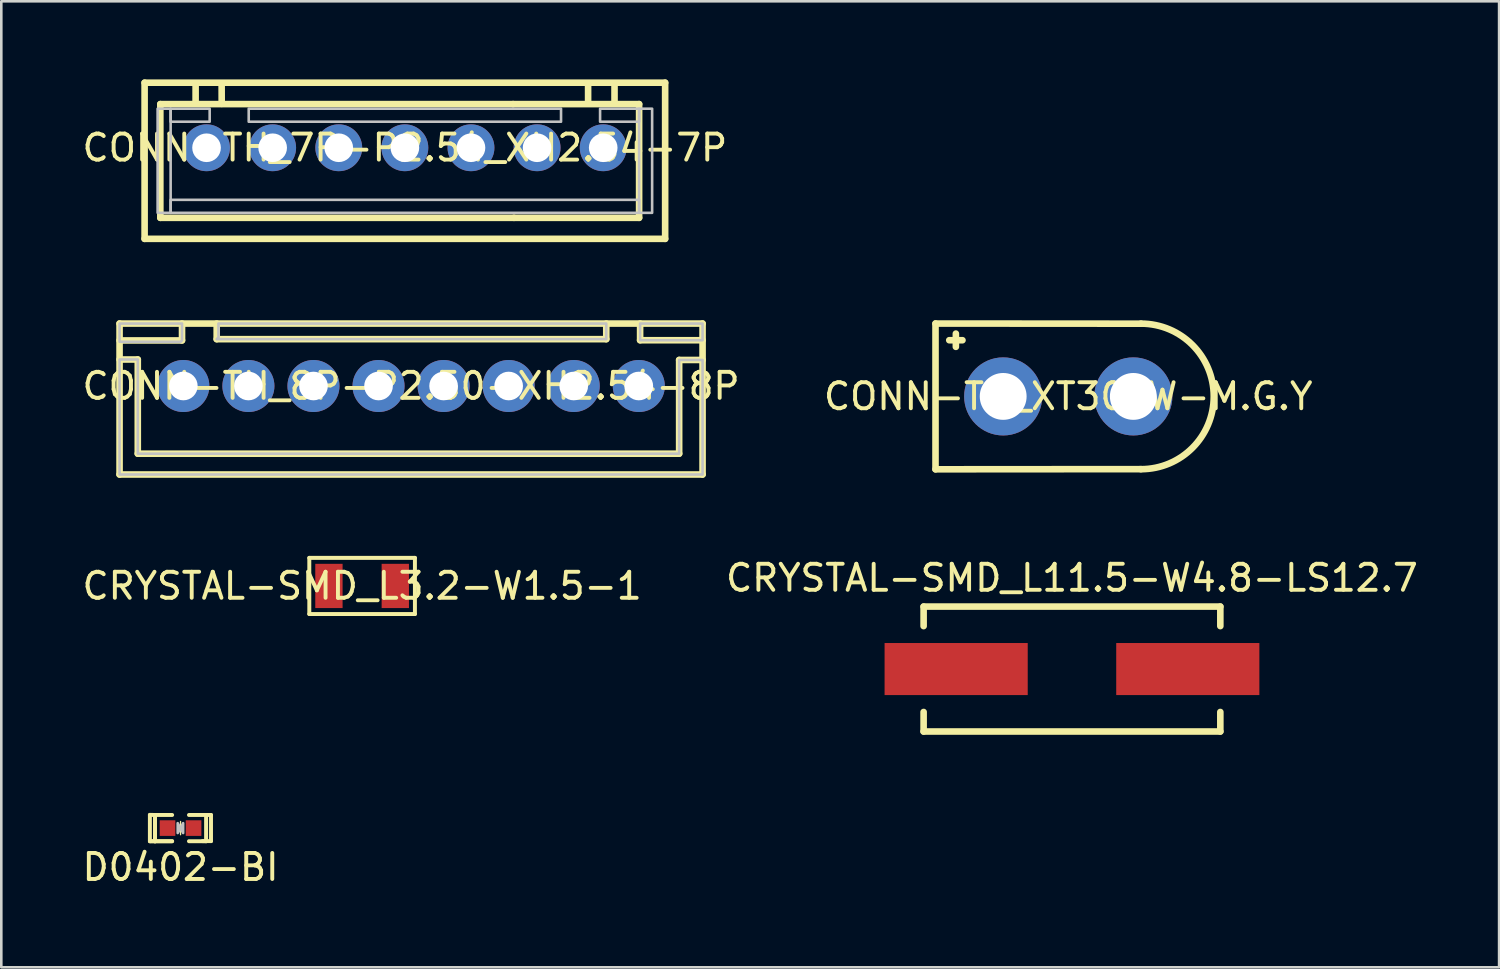
<source format=kicad_pcb>
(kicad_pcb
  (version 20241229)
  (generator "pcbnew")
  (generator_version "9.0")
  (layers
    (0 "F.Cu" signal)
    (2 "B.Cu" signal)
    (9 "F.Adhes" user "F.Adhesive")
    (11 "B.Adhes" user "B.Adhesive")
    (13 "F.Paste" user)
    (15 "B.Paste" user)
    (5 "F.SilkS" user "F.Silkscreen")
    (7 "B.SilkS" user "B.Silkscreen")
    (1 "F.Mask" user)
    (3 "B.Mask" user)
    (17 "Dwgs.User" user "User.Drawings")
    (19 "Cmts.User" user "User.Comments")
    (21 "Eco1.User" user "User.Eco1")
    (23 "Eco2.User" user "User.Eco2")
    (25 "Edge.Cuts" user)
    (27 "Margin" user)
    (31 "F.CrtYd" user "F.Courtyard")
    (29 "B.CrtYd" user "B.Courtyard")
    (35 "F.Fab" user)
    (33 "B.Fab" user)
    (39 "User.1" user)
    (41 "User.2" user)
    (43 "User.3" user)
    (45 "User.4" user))
  (footprint "CRYSTAL-SMD_L11.5-W4.8-LS12.7"
    (layer "F.Cu")
    (at 38.137 22.656)
    (property "Reference" "CRYSTAL-SMD_L11.5-W4.8-LS12.7" (at 0 -3.5 0) (layer "F.SilkS") (effects (font (size 1 1) (thickness 0.15))))
    (fp_line (start -5.7 -2.4) (end -5.7 -1.65) (stroke (width 0.254) (type default)) (layer "F.SilkS"))
    (fp_line (start -5.7 2.4) (end -5.7 1.65) (stroke (width 0.254) (type default)) (layer "F.SilkS"))
    (fp_line (start 5.7 -2.4) (end -5.7 -2.4) (stroke (width 0.254) (type default)) (layer "F.SilkS"))
    (fp_line (start 5.7 -1.65) (end 5.7 -2.4) (stroke (width 0.254) (type default)) (layer "F.SilkS"))
    (fp_line (start 5.7 1.65) (end 5.7 2.4) (stroke (width 0.254) (type default)) (layer "F.SilkS"))
    (fp_line (start 5.7 2.4) (end -5.7 2.4) (stroke (width 0.254) (type default)) (layer "F.SilkS"))
    (fp_poly (pts (xy -6.35 -0.4) (xy -1.85 -0.4) (xy -1.85 0.4) (xy -6.35 0.4)) (stroke (width 0.1) (type default)) (fill no) (layer "User.1"))
    (fp_poly (pts (xy 6.35 0.4) (xy 1.85 0.4) (xy 1.85 -0.4) (xy 6.35 -0.4)) (stroke (width 0.1) (type default)) (fill no) (layer "User.1"))
    (fp_line (start -5.75 -2.4) (end 5.75 -2.4) (stroke (width 0.051) (type default)) (layer "User.2"))
    (fp_line (start -5.75 2.4) (end -5.75 -2.4) (stroke (width 0.051) (type default)) (layer "User.2"))
    (fp_line (start 5.75 -2.4) (end 5.75 2.4) (stroke (width 0.051) (type default)) (layer "User.2"))
    (fp_line (start 5.75 2.4) (end -5.75 2.4) (stroke (width 0.051) (type default)) (layer "User.2"))
    (fp_poly (pts (xy -6.29 2.4) (xy -6.308 2.358) (xy -6.35 2.34) (xy -6.392 2.358) (xy -6.41 2.4) (xy -6.392 2.442) (xy -6.35 2.46) (xy -6.308 2.442)) (stroke (width 0.1) (type default)) (fill no) (layer "User.3"))
    (pad "1" smd rect (at -4.45 0) (size 5.5 2) (layers "F.Cu" "F.Mask" "F.Paste"))
    (pad "2" smd rect (at 4.45 0) (size 5.5 2) (layers "F.Cu" "F.Mask" "F.Paste")))
  (footprint "D0402-BI"
    (layer "F.Cu")
    (at 3.887 28.767)
    (property "Reference" "D0402-BI" (at 0 1.5 0) (layer "F.SilkS") (effects (font (size 1 1) (thickness 0.15))))
    (fp_line (start -1.178 -0.508) (end -0.982 -0.504) (stroke (width 0.152) (type default)) (layer "F.SilkS"))
    (fp_line (start -1.178 0.504) (end -1.178 -0.508) (stroke (width 0.152) (type default)) (layer "F.SilkS"))
    (fp_line (start -0.982 -0.504) (end -0.982 0.504) (stroke (width 0.152) (type default)) (layer "F.SilkS"))
    (fp_line (start -0.982 -0.504) (end -0.982 0.504) (stroke (width 0.152) (type default)) (layer "F.SilkS"))
    (fp_line (start -0.982 0.504) (end -1.17 0.504) (stroke (width 0.152) (type default)) (layer "F.SilkS"))
    (fp_line (start -0.982 0.504) (end -0.324 0.504) (stroke (width 0.152) (type default)) (layer "F.SilkS"))
    (fp_line (start -0.982 0.504) (end -0.324 0.504) (stroke (width 0.152) (type default)) (layer "F.SilkS"))
    (fp_line (start -0.975 0.504) (end -1.178 0.504) (stroke (width 0.152) (type default)) (layer "F.SilkS"))
    (fp_line (start -0.324 -0.504) (end -0.982 -0.504) (stroke (width 0.152) (type default)) (layer "F.SilkS"))
    (fp_line (start 0 -0.254) (end 0 0.254) (stroke (width 0.051) (type default)) (layer "F.SilkS"))
    (fp_line (start 0.324 0.504) (end 0.982 0.504) (stroke (width 0.152) (type default)) (layer "F.SilkS"))
    (fp_line (start 0.982 -0.504) (end 0.324 -0.504) (stroke (width 0.152) (type default)) (layer "F.SilkS"))
    (fp_line (start 0.982 -0.504) (end 1.17 -0.504) (stroke (width 0.152) (type default)) (layer "F.SilkS"))
    (fp_line (start 0.982 0.504) (end 0.982 -0.504) (stroke (width 0.152) (type default)) (layer "F.SilkS"))
    (fp_line (start 1.17 -0.504) (end 1.17 0.5) (stroke (width 0.152) (type default)) (layer "F.SilkS"))
    (fp_line (start 1.17 0.5) (end 0.847 0.5) (stroke (width 0.152) (type default)) (layer "F.SilkS"))
    (fp_poly (pts (xy 0 0) (xy 0.1 -0.19) (xy 0.1 0.19)) (stroke (width 0) (type default)) (fill yes) (layer "F.SilkS"))
    (fp_poly (pts (xy 0 0.01) (xy -0.11 0.19) (xy -0.11 0.01) (xy -0.11 -0.19)) (stroke (width 0) (type default)) (fill yes) (layer "F.SilkS"))
    (fp_poly (pts (xy -0.18 -0.225) (xy -0.18 0.226) (xy -0.25 0.276) (xy -0.73 0.276) (xy -0.78 0.226) (xy -0.78 -0.225) (xy -0.73 -0.275) (xy -0.25 -0.275)) (stroke (width 0) (type default)) (fill yes) (layer "F.Paste"))
    (fp_poly (pts (xy 0.78 -0.225) (xy 0.78 0.226) (xy 0.73 0.276) (xy 0.25 0.276) (xy 0.18 0.226) (xy 0.18 -0.225) (xy 0.25 -0.275) (xy 0.73 -0.275)) (stroke (width 0) (type default)) (fill yes) (layer "F.Paste"))
    (fp_poly (pts (xy 0 0) (xy 0.1 -0.19) (xy 0.1 0.19)) (stroke (width 0.1) (type default)) (fill no) (layer "Dwgs.User"))
    (fp_poly (pts (xy 0 0.01) (xy -0.11 0.19) (xy -0.11 0.01) (xy -0.11 -0.19)) (stroke (width 0.1) (type default)) (fill no) (layer "Dwgs.User"))
    (fp_poly (pts (xy -0.25 0.25) (xy -0.5 0.25) (xy -0.5 -0.25) (xy -0.25 -0.25)) (stroke (width 0.1) (type default)) (fill no) (layer "User.1"))
    (fp_poly (pts (xy 0.25 -0.25) (xy 0.5 -0.25) (xy 0.5 0.25) (xy 0.25 0.25)) (stroke (width 0.1) (type default)) (fill no) (layer "User.1"))
    (fp_line (start -0.5 -0.25) (end 0.5 -0.25) (stroke (width 0.051) (type default)) (layer "User.2"))
    (fp_line (start -0.5 0.25) (end -0.5 -0.25) (stroke (width 0.051) (type default)) (layer "User.2"))
    (fp_line (start 0.5 -0.25) (end 0.5 0.25) (stroke (width 0.051) (type default)) (layer "User.2"))
    (fp_line (start 0.5 0.25) (end -0.5 0.25) (stroke (width 0.051) (type default)) (layer "User.2"))
    (fp_poly (pts (xy -0.44 0.25) (xy -0.458 0.208) (xy -0.5 0.19) (xy -0.542 0.208) (xy -0.56 0.25) (xy -0.542 0.292) (xy -0.5 0.31) (xy -0.458 0.292)) (stroke (width 0.1) (type default)) (fill no) (layer "User.3"))
    (pad "1" smd rect (at -0.5 0) (size 0.6 0.6) (layers "F.Cu" "F.Mask" "F.Paste"))
    (pad "2" smd rect (at 0.5 0) (size 0.6 0.6) (layers "F.Cu" "F.Mask" "F.Paste")))
  (footprint "CONN-TH_8P-P2.50-XH2.54-8P"
    (layer "F.Cu")
    (at 12.744 11.781)
    (property "Reference" "CONN-TH_8P-P2.50-XH2.54-8P" (at 0 0 0) (layer "F.SilkS") (effects (font (size 1 1) (thickness 0.15))))
    (fp_line (start -11.2 -2.4) (end 11.2 -2.4) (stroke (width 0.254) (type default)) (layer "F.SilkS"))
    (fp_line (start -11.2 -1.752) (end -8.8 -1.752) (stroke (width 0.254) (type default)) (layer "F.SilkS"))
    (fp_line (start -11.2 -1.018) (end -10.5 -1.018) (stroke (width 0.254) (type default)) (layer "F.SilkS"))
    (fp_line (start -11.2 3.4) (end -11.2 -2.4) (stroke (width 0.254) (type default)) (layer "F.SilkS"))
    (fp_line (start -10.5 -1.018) (end -10.5 2.6) (stroke (width 0.254) (type default)) (layer "F.SilkS"))
    (fp_line (start -10.5 2.6) (end 10.3 2.6) (stroke (width 0.254) (type default)) (layer "F.SilkS"))
    (fp_line (start -8.8 -1.752) (end -8.8 -2.4) (stroke (width 0.254) (type default)) (layer "F.SilkS"))
    (fp_line (start -7.468 -2.4) (end -7.468 -1.8) (stroke (width 0.254) (type default)) (layer "F.SilkS"))
    (fp_line (start -7.468 -1.8) (end 7.5 -1.8) (stroke (width 0.254) (type default)) (layer "F.SilkS"))
    (fp_line (start 7.5 -1.8) (end 7.5 -2.4) (stroke (width 0.254) (type default)) (layer "F.SilkS"))
    (fp_line (start 8.8 -1.759) (end 8.8 -2.4) (stroke (width 0.254) (type default)) (layer "F.SilkS"))
    (fp_line (start 10.3 -1) (end 11.2 -1) (stroke (width 0.254) (type default)) (layer "F.SilkS"))
    (fp_line (start 10.3 2.6) (end 10.3 -1) (stroke (width 0.254) (type default)) (layer "F.SilkS"))
    (fp_line (start 11.2 -2.4) (end 11.2 3.4) (stroke (width 0.254) (type default)) (layer "F.SilkS"))
    (fp_line (start 11.2 -1.759) (end 8.8 -1.759) (stroke (width 0.254) (type default)) (layer "F.SilkS"))
    (fp_line (start 11.2 3.4) (end -11.2 3.4) (stroke (width 0.254) (type default)) (layer "F.SilkS"))
    (fp_poly (pts (xy 8.8 -2.4) (xy 8.8 -1.759) (xy 11.2 -1.759) (xy 11.2 -2.4)) (stroke (width 0.1) (type default)) (fill no) (layer "Dwgs.User"))
    (fp_poly (pts (xy -11.2 -1.7) (xy -11.2 -2.4) (xy -8.8 -2.4) (xy -8.8 -1.752) (xy -8.851 -1.7)) (stroke (width 0.1) (type default)) (fill no) (layer "Dwgs.User"))
    (fp_poly (pts (xy -7.4 -2.4) (xy -7.4 -1.867) (xy -7.468 -1.8) (xy 7.5 -1.8) (xy 7.5 -2.4)) (stroke (width 0.1) (type default)) (fill no) (layer "Dwgs.User"))
    (fp_poly (pts (xy 10.3 -1) (xy 11.2 -1) (xy 11.2 3.4) (xy -11.2 3.4) (xy -11.2 -1.018) (xy -10.5 -1.018) (xy -10.5 2.6) (xy 10.3 2.6)) (stroke (width 0.1) (type default)) (fill no) (layer "Dwgs.User"))
    (fp_poly (pts (xy -9.07 -0.32) (xy -8.43 -0.32) (xy -8.43 0.32) (xy -9.07 0.32)) (stroke (width 0.1) (type default)) (fill no) (layer "User.1"))
    (fp_poly (pts (xy -6.57 -0.32) (xy -5.93 -0.32) (xy -5.93 0.32) (xy -6.57 0.32)) (stroke (width 0.1) (type default)) (fill no) (layer "User.1"))
    (fp_poly (pts (xy -4.07 -0.32) (xy -3.43 -0.32) (xy -3.43 0.32) (xy -4.07 0.32)) (stroke (width 0.1) (type default)) (fill no) (layer "User.1"))
    (fp_poly (pts (xy -1.57 -0.32) (xy -0.93 -0.32) (xy -0.93 0.32) (xy -1.57 0.32)) (stroke (width 0.1) (type default)) (fill no) (layer "User.1"))
    (fp_poly (pts (xy 0.93 -0.32) (xy 1.57 -0.32) (xy 1.57 0.32) (xy 0.93 0.32)) (stroke (width 0.1) (type default)) (fill no) (layer "User.1"))
    (fp_poly (pts (xy 3.43 -0.32) (xy 4.07 -0.32) (xy 4.07 0.32) (xy 3.43 0.32)) (stroke (width 0.1) (type default)) (fill no) (layer "User.1"))
    (fp_poly (pts (xy 5.93 -0.32) (xy 6.57 -0.32) (xy 6.57 0.32) (xy 5.93 0.32)) (stroke (width 0.1) (type default)) (fill no) (layer "User.1"))
    (fp_poly (pts (xy 8.43 -0.32) (xy 9.07 -0.32) (xy 9.07 0.32) (xy 8.43 0.32)) (stroke (width 0.1) (type default)) (fill no) (layer "User.1"))
    (fp_line (start -11.25 -2.4) (end 11.25 -2.4) (stroke (width 0.051) (type default)) (layer "User.2"))
    (fp_line (start -11.25 3.4) (end -11.25 -2.4) (stroke (width 0.051) (type default)) (layer "User.2"))
    (fp_line (start 11.25 -2.4) (end 11.25 3.4) (stroke (width 0.051) (type default)) (layer "User.2"))
    (fp_line (start 11.25 3.4) (end -11.25 3.4) (stroke (width 0.051) (type default)) (layer "User.2"))
    (fp_poly (pts (xy 11.31 -2.4) (xy 11.292 -2.442) (xy 11.25 -2.46) (xy 11.208 -2.442) (xy 11.19 -2.4) (xy 11.208 -2.358) (xy 11.25 -2.34) (xy 11.292 -2.358)) (stroke (width 0.1) (type default)) (fill no) (layer "User.3"))
    (pad "1" thru_hole circle (at 8.75 0) (size 2 2) (drill 1.1) (layers "*.Cu" "*.Mask"))
    (pad "2" thru_hole circle (at 6.25 0) (size 2 2) (drill 1.1) (layers "*.Cu" "*.Mask"))
    (pad "3" thru_hole circle (at 3.75 0) (size 2 2) (drill 1.1) (layers "*.Cu" "*.Mask"))
    (pad "4" thru_hole circle (at 1.25 0) (size 2 2) (drill 1.1) (layers "*.Cu" "*.Mask"))
    (pad "5" thru_hole circle (at -1.25 0) (size 2 2) (drill 1.1) (layers "*.Cu" "*.Mask"))
    (pad "6" thru_hole circle (at -3.75 0) (size 2 2) (drill 1.1) (layers "*.Cu" "*.Mask"))
    (pad "7" thru_hole circle (at -6.25 0) (size 2 2) (drill 1.1) (layers "*.Cu" "*.Mask"))
    (pad "8" thru_hole circle (at -8.75 0) (size 2 2) (drill 1.1) (layers "*.Cu" "*.Mask")))
  (footprint "CONN-TH_XT30AW-M.G.Y"
    (layer "F.Cu")
    (at 37.994 12.181)
    (property "Reference" "CONN-TH_XT30AW-M.G.Y" (at 0 0 0) (layer "F.SilkS") (effects (font (size 1 1) (thickness 0.15))))
    (fp_line (start -5.1 -2.8) (end -5.1 2.8) (stroke (width 0.254) (type default)) (layer "F.SilkS"))
    (fp_line (start -5.1 -2.8) (end 2.794 -2.794) (stroke (width 0.254) (type default)) (layer "F.SilkS"))
    (fp_line (start -5.1 2.8) (end 2.794 2.794) (stroke (width 0.254) (type default)) (layer "F.SilkS"))
    (fp_line (start -4.572 -2.159) (end -4.064 -2.159) (stroke (width 0.254) (type default)) (layer "F.SilkS"))
    (fp_line (start -4.318 -2.413) (end -4.318 -1.905) (stroke (width 0.254) (type default)) (layer "F.SilkS"))
    (fp_arc (start 2.7935 -2.7965) (mid 5.5905 -0.0005) (end 2.7945 2.7965) (stroke (width 0.254) (type default)) (layer "F.SilkS"))
    (pad "1" thru_hole circle (at -2.5 0) (size 3 3) (drill 1.8) (layers "*.Cu" "*.Mask"))
    (pad "2" thru_hole circle (at 2.5 0) (size 3 3) (drill 1.8) (layers "*.Cu" "*.Mask")))
  (footprint "CONN-TH_7P-P2.54_XH2.54-7P"
    (layer "F.Cu")
    (at 12.506 2.627)
    (property "Reference" "CONN-TH_7P-P2.54_XH2.54-7P" (at 0 0 0) (layer "F.SilkS") (effects (font (size 1 1) (thickness 0.15))))
    (fp_line (start -10 -2.5) (end -10 3.5) (stroke (width 0.254) (type default)) (layer "F.SilkS"))
    (fp_line (start -10 3.5) (end 10 3.5) (stroke (width 0.254) (type default)) (layer "F.SilkS"))
    (fp_line (start -9.396 -1.677) (end -9.396 2.692) (stroke (width 0.254) (type default)) (layer "F.SilkS"))
    (fp_line (start -9.396 2.692) (end 4.192 2.692) (stroke (width 0.254) (type default)) (layer "F.SilkS"))
    (fp_line (start -8.04 -1.7) (end -8.04 -2.4) (stroke (width 0.254) (type default)) (layer "F.SilkS"))
    (fp_line (start -7.04 -2.4) (end -7.038 -1.687) (stroke (width 0.254) (type default)) (layer "F.SilkS"))
    (fp_line (start 4.159 -1.677) (end -9.396 -1.677) (stroke (width 0.254) (type default)) (layer "F.SilkS"))
    (fp_line (start 4.159 -1.677) (end 9 -1.677) (stroke (width 0.254) (type default)) (layer "F.SilkS"))
    (fp_line (start 4.192 2.692) (end 9 2.692) (stroke (width 0.254) (type default)) (layer "F.SilkS"))
    (fp_line (start 7.04 -1.8) (end 7.04 -2.435) (stroke (width 0.254) (type default)) (layer "F.SilkS"))
    (fp_line (start 8.055 -1.778) (end 8.055 -2.413) (stroke (width 0.254) (type default)) (layer "F.SilkS"))
    (fp_line (start 9 2.692) (end 9 -1.677) (stroke (width 0.254) (type default)) (layer "F.SilkS"))
    (fp_line (start 10 -2.5) (end -10 -2.5) (stroke (width 0.254) (type default)) (layer "F.SilkS"))
    (fp_line (start 10 3.5) (end 10 -2.5) (stroke (width 0.254) (type default)) (layer "F.SilkS"))
    (fp_poly (pts (xy -9 -1.5) (xy -7.5 -1.5) (xy -7.5 -1) (xy -9 -1)) (stroke (width 0.1) (type default)) (fill no) (layer "Dwgs.User"))
    (fp_poly (pts (xy -9 2.5) (xy -9 -1.5) (xy -9.5 -1.5) (xy -9.5 2.5)) (stroke (width 0.1) (type default)) (fill no) (layer "Dwgs.User"))
    (fp_poly (pts (xy -9 2.5) (xy 9 2.5) (xy 9 2) (xy -9 2)) (stroke (width 0.1) (type default)) (fill no) (layer "Dwgs.User"))
    (fp_poly (pts (xy -6 -1.5) (xy -6 -1) (xy 6 -1) (xy 6 -1.5)) (stroke (width 0.1) (type default)) (fill no) (layer "Dwgs.User"))
    (fp_poly (pts (xy 9 -1.5) (xy 7.5 -1.5) (xy 7.5 -1) (xy 9 -1)) (stroke (width 0.1) (type default)) (fill no) (layer "Dwgs.User"))
    (fp_poly (pts (xy 9 -1.5) (xy 9.5 -1.5) (xy 9.5 2.5) (xy 9 2.5)) (stroke (width 0.1) (type default)) (fill no) (layer "Dwgs.User"))
    (fp_poly (pts (xy -7.94 -0.32) (xy -7.3 -0.32) (xy -7.3 0.32) (xy -7.94 0.32)) (stroke (width 0.1) (type default)) (fill no) (layer "User.1"))
    (fp_poly (pts (xy -5.4 -0.32) (xy -4.76 -0.32) (xy -4.76 0.32) (xy -5.4 0.32)) (stroke (width 0.1) (type default)) (fill no) (layer "User.1"))
    (fp_poly (pts (xy -2.86 -0.32) (xy -2.22 -0.32) (xy -2.22 0.32) (xy -2.86 0.32)) (stroke (width 0.1) (type default)) (fill no) (layer "User.1"))
    (fp_poly (pts (xy -0.32 -0.32) (xy 0.32 -0.32) (xy 0.32 0.32) (xy -0.32 0.32)) (stroke (width 0.1) (type default)) (fill no) (layer "User.1"))
    (fp_poly (pts (xy 2.22 -0.32) (xy 2.86 -0.32) (xy 2.86 0.32) (xy 2.22 0.32)) (stroke (width 0.1) (type default)) (fill no) (layer "User.1"))
    (fp_poly (pts (xy 4.76 -0.32) (xy 5.4 -0.32) (xy 5.4 0.32) (xy 4.76 0.32)) (stroke (width 0.1) (type default)) (fill no) (layer "User.1"))
    (fp_poly (pts (xy 7.3 -0.32) (xy 7.94 -0.32) (xy 7.94 0.32) (xy 7.3 0.32)) (stroke (width 0.1) (type default)) (fill no) (layer "User.1"))
    (fp_line (start -9.94 -2.4) (end 9.94 -2.4) (stroke (width 0.051) (type default)) (layer "User.2"))
    (fp_line (start -9.94 3.4) (end -9.94 -2.4) (stroke (width 0.051) (type default)) (layer "User.2"))
    (fp_line (start 9.94 -2.4) (end 9.94 3.4) (stroke (width 0.051) (type default)) (layer "User.2"))
    (fp_line (start 9.94 3.4) (end -9.94 3.4) (stroke (width 0.051) (type default)) (layer "User.2"))
    (fp_poly (pts (xy 10 -2.4) (xy 9.982 -2.442) (xy 9.94 -2.46) (xy 9.898 -2.442) (xy 9.88 -2.4) (xy 9.898 -2.358) (xy 9.94 -2.34) (xy 9.982 -2.358)) (stroke (width 0.1) (type default)) (fill no) (layer "User.3"))
    (pad "1" thru_hole circle (at 7.62 0) (size 1.8 1.8) (drill 1.1) (layers "*.Cu" "*.Mask"))
    (pad "2" thru_hole circle (at 5.08 0) (size 1.8 1.8) (drill 1.1) (layers "*.Cu" "*.Mask"))
    (pad "3" thru_hole circle (at 2.54 0) (size 1.8 1.8) (drill 1.1) (layers "*.Cu" "*.Mask"))
    (pad "4" thru_hole circle (at 0 0) (size 1.8 1.8) (drill 1.1) (layers "*.Cu" "*.Mask"))
    (pad "5" thru_hole circle (at -2.54 0) (size 1.8 1.8) (drill 1.1) (layers "*.Cu" "*.Mask"))
    (pad "6" thru_hole circle (at -5.08 0) (size 1.8 1.8) (drill 1.1) (layers "*.Cu" "*.Mask"))
    (pad "7" thru_hole circle (at -7.62 0) (size 1.8 1.8) (drill 1.1) (layers "*.Cu" "*.Mask")))
  (footprint "CRYSTAL-SMD_L3.2-W1.5-1"
    (layer "F.Cu")
    (at 10.863 19.463)
    (property "Reference" "CRYSTAL-SMD_L3.2-W1.5-1" (at 0 0 0) (layer "F.SilkS") (effects (font (size 1 1) (thickness 0.15))))
    (fp_line (start -2.029 -1.079) (end 2.029 -1.079) (stroke (width 0.152) (type default)) (layer "F.SilkS"))
    (fp_line (start -2.029 1.079) (end -2.029 -1.079) (stroke (width 0.152) (type default)) (layer "F.SilkS"))
    (fp_line (start 2.029 -1.079) (end 2.029 1.079) (stroke (width 0.152) (type default)) (layer "F.SilkS"))
    (fp_line (start 2.029 1.079) (end -2.029 1.079) (stroke (width 0.152) (type default)) (layer "F.SilkS"))
    (fp_poly (pts (xy -1.45 -0.65) (xy -0.85 -0.65) (xy -0.85 0.65) (xy -1.45 0.65)) (stroke (width 0.1) (type default)) (fill no) (layer "User.1"))
    (fp_poly (pts (xy 0.85 -0.65) (xy 1.45 -0.65) (xy 1.45 0.65) (xy 0.85 0.65)) (stroke (width 0.1) (type default)) (fill no) (layer "User.1"))
    (fp_line (start -1.6 -0.75) (end 1.6 -0.75) (stroke (width 0.051) (type default)) (layer "User.2"))
    (fp_line (start -1.6 0.75) (end -1.6 -0.75) (stroke (width 0.051) (type default)) (layer "User.2"))
    (fp_line (start 1.6 -0.75) (end 1.6 0.75) (stroke (width 0.051) (type default)) (layer "User.2"))
    (fp_line (start 1.6 0.75) (end -1.6 0.75) (stroke (width 0.051) (type default)) (layer "User.2"))
    (fp_poly (pts (xy -1.54 0.75) (xy -1.558 0.708) (xy -1.6 0.69) (xy -1.642 0.708) (xy -1.66 0.75) (xy -1.642 0.792) (xy -1.6 0.81) (xy -1.558 0.792)) (stroke (width 0.1) (type default)) (fill no) (layer "User.3"))
    (pad "1" smd rect (at -1.275 0) (size 1.05 1.7) (layers "F.Cu" "F.Mask" "F.Paste"))
    (pad "2" smd rect (at 1.275 0) (size 1.05 1.7) (layers "F.Cu" "F.Mask" "F.Paste")))
  (gr_rect
    (start -3 -3)
    (end 54.548 34.115)
    (stroke (width 0.1) (type default))
    (fill no)
    (layer "Edge.Cuts")))
</source>
